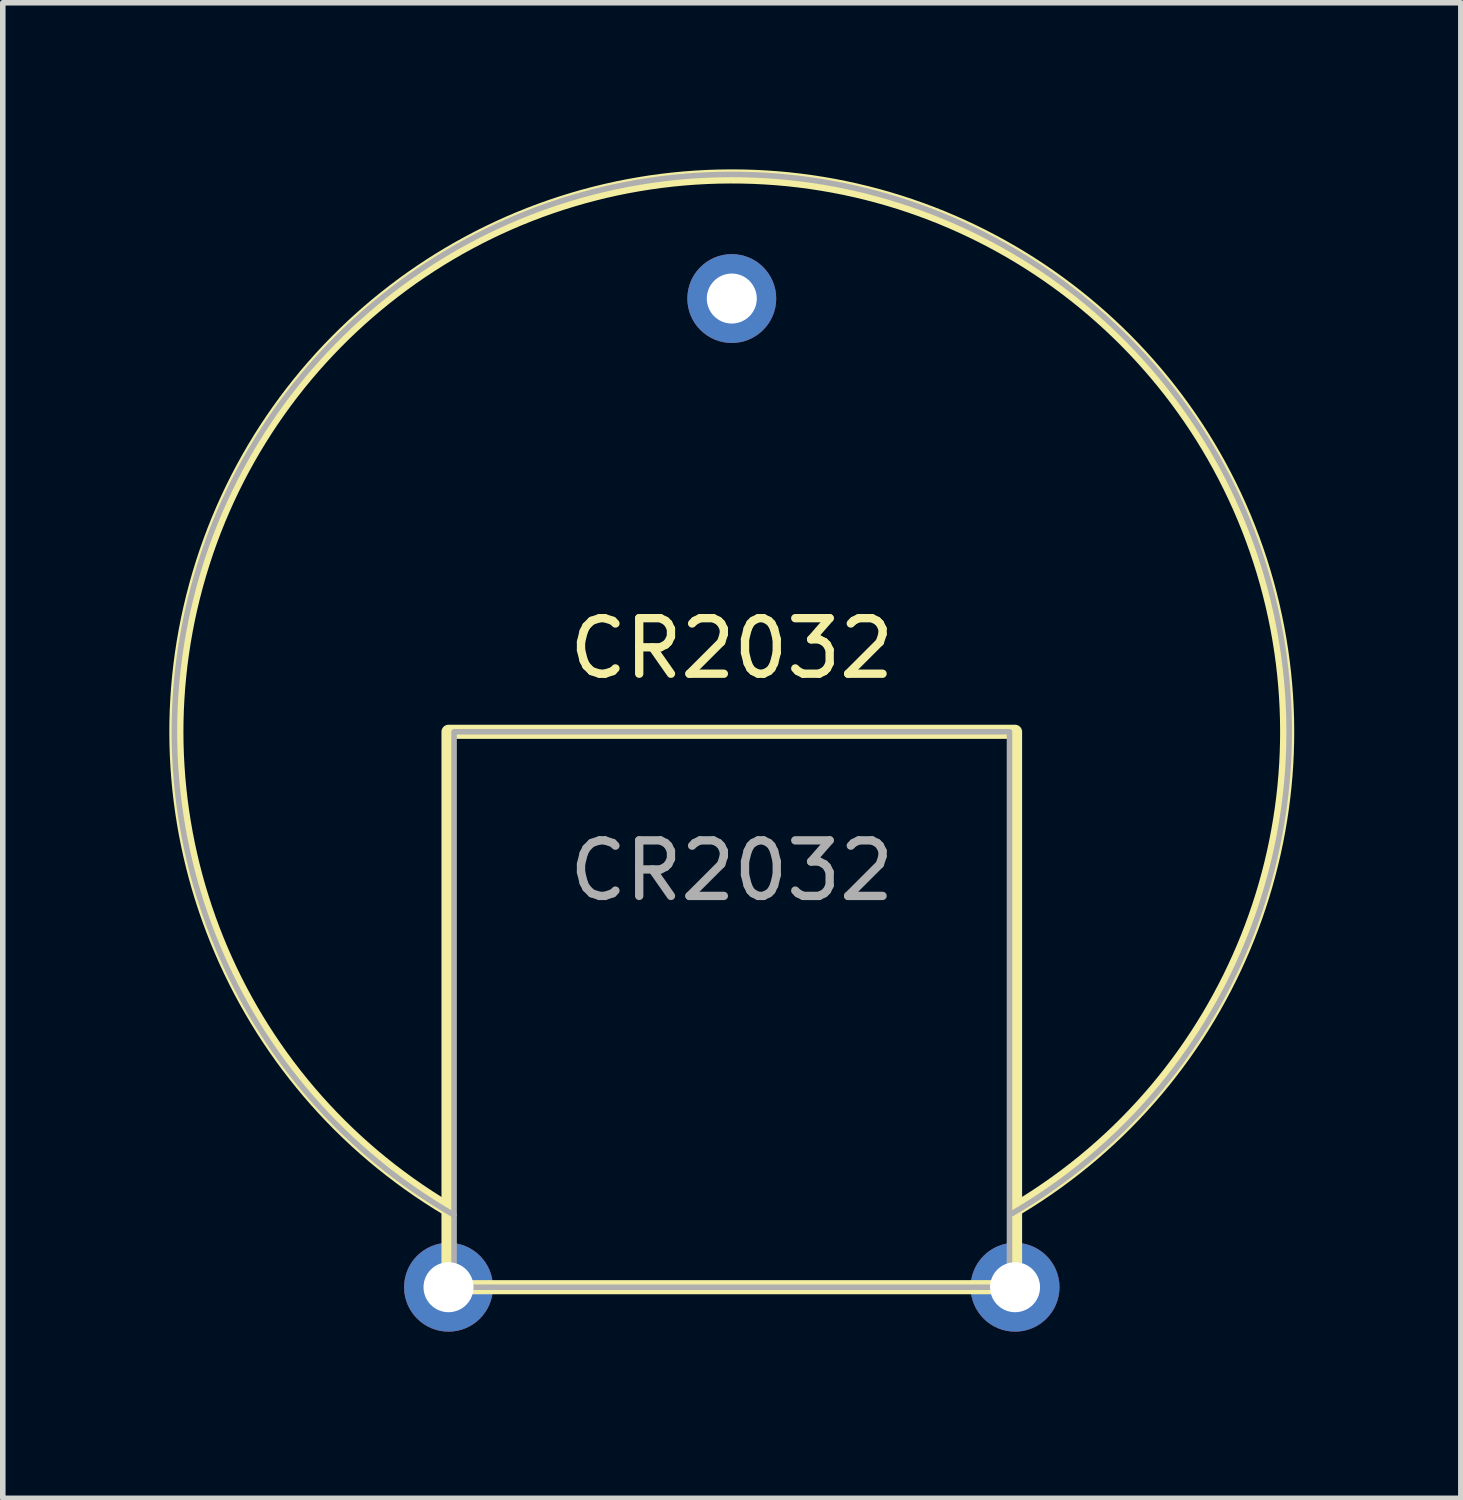
<source format=kicad_pcb>
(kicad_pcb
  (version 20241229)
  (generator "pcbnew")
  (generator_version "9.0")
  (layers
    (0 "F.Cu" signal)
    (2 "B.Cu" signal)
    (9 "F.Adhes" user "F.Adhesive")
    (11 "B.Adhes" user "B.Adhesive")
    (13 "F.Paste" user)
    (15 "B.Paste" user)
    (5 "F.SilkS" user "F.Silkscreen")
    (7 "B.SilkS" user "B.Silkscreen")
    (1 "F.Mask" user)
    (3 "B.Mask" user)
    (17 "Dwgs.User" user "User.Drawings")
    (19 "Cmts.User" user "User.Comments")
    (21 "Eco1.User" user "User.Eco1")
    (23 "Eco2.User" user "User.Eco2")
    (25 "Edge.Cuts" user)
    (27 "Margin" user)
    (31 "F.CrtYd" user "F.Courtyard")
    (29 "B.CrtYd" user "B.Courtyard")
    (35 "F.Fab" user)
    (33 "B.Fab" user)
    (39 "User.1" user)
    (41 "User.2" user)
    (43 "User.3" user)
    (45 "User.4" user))
  (footprint "CR2032"
    (layer "F.Cu")
    (at 10.125 10.125)
    (property "Reference" "CR2032" (at 0 -1.5 0) (layer "F.SilkS") (effects (font (size 1 1) (thickness 0.15))))
    (attr through_hole)
    (fp_rect (start -5.1 10) (end 5.1 0) (stroke (width 0.254) (type solid)) (fill no) (layer "F.SilkS"))
    (fp_arc (start -5.1 8.599999) (mid -0.025725 -9.998466) (end 5.144185 8.573642) (stroke (width 0.254) (type solid)) (layer "F.SilkS"))
    (fp_rect (start -5 10) (end 5 0) (stroke (width 0.1) (type solid)) (fill no) (layer "F.Fab"))
    (fp_arc (start -5 8.699999) (mid -0.025131 -10.034408) (end 5.043515 8.674845) (stroke (width 0.1) (type solid)) (layer "F.Fab"))
    (fp_text user "${REFERENCE}" (at 0 2.5 0) (layer "F.Fab") (effects (font (size 1 1) (thickness 0.15))))
    (pad "1" thru_hole circle (at -5.1 10) (size 1.6 1.6) (drill 0.9) (layers "*.Cu" "*.Mask"))
    (pad "1" thru_hole circle (at 5.1 10 90) (size 1.6 1.6) (drill 0.9) (layers "*.Cu" "*.Mask"))
    (pad "2" thru_hole circle (at 0 -7.8) (size 1.6 1.6) (drill 0.9) (layers "*.Cu" "*.Mask")))
  (gr_rect
    (start -3 -3)
    (end 23.251 23.925)
    (stroke (width 0.1) (type default))
    (fill no)
    (layer "Edge.Cuts")))
</source>
